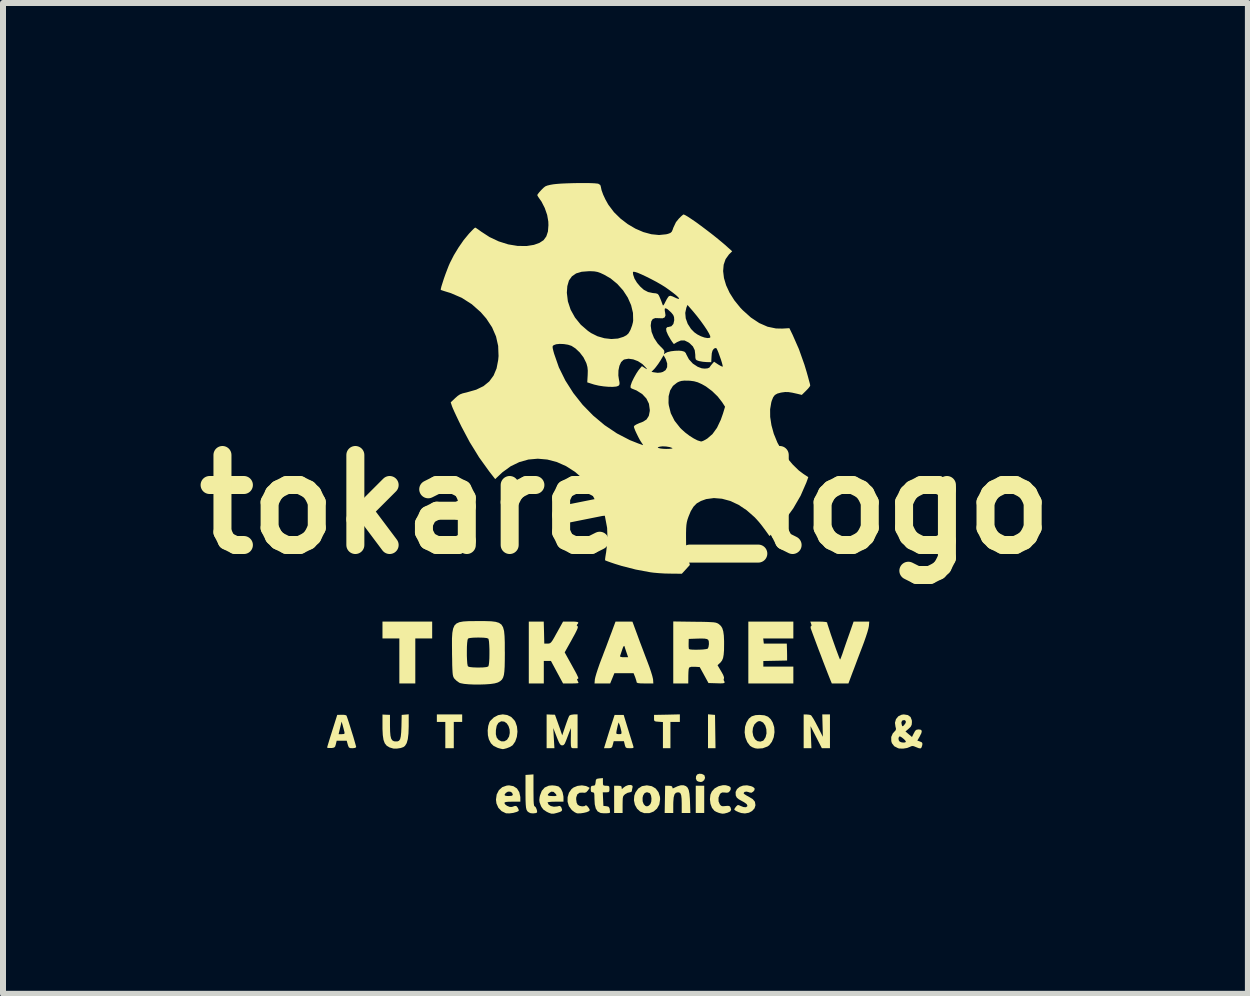
<source format=kicad_pcb>
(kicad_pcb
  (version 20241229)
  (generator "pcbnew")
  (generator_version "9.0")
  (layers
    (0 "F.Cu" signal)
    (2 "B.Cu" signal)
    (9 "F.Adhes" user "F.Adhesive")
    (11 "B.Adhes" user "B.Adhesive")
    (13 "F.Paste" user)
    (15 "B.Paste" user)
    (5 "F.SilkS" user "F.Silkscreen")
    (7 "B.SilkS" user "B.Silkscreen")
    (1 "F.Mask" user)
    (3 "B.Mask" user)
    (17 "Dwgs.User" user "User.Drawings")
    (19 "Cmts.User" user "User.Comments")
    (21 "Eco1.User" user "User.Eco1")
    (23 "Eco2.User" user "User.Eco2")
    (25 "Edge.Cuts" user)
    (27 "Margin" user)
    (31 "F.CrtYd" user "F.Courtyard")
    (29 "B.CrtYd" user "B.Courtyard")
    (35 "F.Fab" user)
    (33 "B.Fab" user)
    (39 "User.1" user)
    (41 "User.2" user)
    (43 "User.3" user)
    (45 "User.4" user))
  (footprint "tokarev_logo"
    (layer "F.Cu")
    (at 7.371 5.353)
    (property "Reference" "tokarev_logo" (at 0 0 0) (layer "F.SilkS") (effects (font (size 1.5 1.5) (thickness 0.3))))
    (attr board_only exclude_from_pos_files exclude_from_bom)
    (fp_poly (pts (xy 1.313 4.916) (xy 1.313 5.143) (xy 1.243 5.143) (xy 1.172 5.143) (xy 1.172 4.916) (xy 1.172 4.689) (xy 1.243 4.689) (xy 1.313 4.689)) (stroke (width 0) (type solid)) (fill yes) (layer "F.SilkS"))
    (fp_poly (pts (xy 1.434 3.504) (xy 1.493 3.509) (xy 1.497 3.787) (xy 1.501 4.064) (xy 1.438 4.064) (xy 1.376 4.064) (xy 1.376 3.782) (xy 1.376 3.499)) (stroke (width 0) (type solid)) (fill yes) (layer "F.SilkS"))
    (fp_poly (pts (xy 1.275 4.493) (xy 1.311 4.511) (xy 1.318 4.52) (xy 1.327 4.559) (xy 1.312 4.596) (xy 1.28 4.622) (xy 1.254 4.627) (xy 1.215 4.62) (xy 1.191 4.608) (xy 1.174 4.572) (xy 1.177 4.531) (xy 1.195 4.502) (xy 1.231 4.489)) (stroke (width 0) (type solid)) (fill yes) (layer "F.SilkS"))
    (fp_poly (pts (xy -3.22 2.095) (xy -3.22 2.235) (xy -3.361 2.235) (xy -3.501 2.235) (xy -3.501 2.61) (xy -3.501 2.985) (xy -3.634 2.985) (xy -3.767 2.985) (xy -3.767 2.61) (xy -3.767 2.235) (xy -3.908 2.235) (xy -4.048 2.235) (xy -4.048 2.095) (xy -4.048 1.954) (xy -3.634 1.954) (xy -3.22 1.954)) (stroke (width 0) (type solid)) (fill yes) (layer "F.SilkS"))
    (fp_poly (pts (xy -2.72 3.564) (xy -2.72 3.626) (xy -2.79 3.626) (xy -2.86 3.626) (xy -2.86 3.845) (xy -2.86 4.064) (xy -2.931 4.064) (xy -3.001 4.064) (xy -3.001 3.845) (xy -3.001 3.626) (xy -3.071 3.626) (xy -3.142 3.626) (xy -3.142 3.564) (xy -3.142 3.501) (xy -2.931 3.501) (xy -2.72 3.501)) (stroke (width 0) (type solid)) (fill yes) (layer "F.SilkS"))
    (fp_poly (pts (xy 0.907 3.563) (xy 0.907 3.626) (xy 0.828 3.626) (xy 0.75 3.626) (xy 0.75 3.845) (xy 0.75 4.064) (xy 0.688 4.064) (xy 0.625 4.064) (xy 0.625 3.846) (xy 0.625 3.628) (xy 0.551 3.623) (xy 0.506 3.619) (xy 0.484 3.61) (xy 0.477 3.59) (xy 0.477 3.564) (xy 0.477 3.509) (xy 0.692 3.505) (xy 0.907 3.5)) (stroke (width 0) (type solid)) (fill yes) (layer "F.SilkS"))
    (fp_poly (pts (xy 3.408 3.783) (xy 3.408 4.064) (xy 3.34 4.064) (xy 3.273 4.064) (xy 3.179 3.88) (xy 3.085 3.697) (xy 3.092 3.88) (xy 3.099 4.064) (xy 3.034 4.064) (xy 2.97 4.064) (xy 2.97 3.783) (xy 2.97 3.501) (xy 3.021 3.502) (xy 3.063 3.506) (xy 3.093 3.515) (xy 3.107 3.534) (xy 3.133 3.574) (xy 3.165 3.631) (xy 3.2 3.698) (xy 3.202 3.701) (xy 3.29 3.874) (xy 3.285 3.688) (xy 3.28 3.501) (xy 3.344 3.501) (xy 3.408 3.501)) (stroke (width 0) (type solid)) (fill yes) (layer "F.SilkS"))
    (fp_poly (pts (xy -1.532 4.766) (xy -1.531 4.867) (xy -1.53 4.939) (xy -1.527 4.988) (xy -1.522 5.018) (xy -1.516 5.031) (xy -1.51 5.033) (xy -1.496 5.046) (xy -1.481 5.077) (xy -1.472 5.11) (xy -1.472 5.134) (xy -1.473 5.136) (xy -1.498 5.146) (xy -1.538 5.15) (xy -1.576 5.147) (xy -1.587 5.144) (xy -1.613 5.131) (xy -1.633 5.115) (xy -1.647 5.091) (xy -1.656 5.055) (xy -1.661 5.002) (xy -1.664 4.928) (xy -1.665 4.828) (xy -1.665 4.792) (xy -1.665 4.509) (xy -1.598 4.505) (xy -1.532 4.5)) (stroke (width 0) (type solid)) (fill yes) (layer "F.SilkS"))
    (fp_poly (pts (xy 2.798 2.095) (xy 2.798 2.235) (xy 2.547 2.235) (xy 2.296 2.235) (xy 2.301 2.278) (xy 2.306 2.321) (xy 2.497 2.321) (xy 2.689 2.321) (xy 2.691 2.392) (xy 2.693 2.456) (xy 2.694 2.522) (xy 2.694 2.532) (xy 2.694 2.603) (xy 2.496 2.607) (xy 2.298 2.611) (xy 2.298 2.658) (xy 2.298 2.704) (xy 2.548 2.704) (xy 2.798 2.704) (xy 2.798 2.845) (xy 2.798 2.985) (xy 2.423 2.985) (xy 2.048 2.985) (xy 2.048 2.47) (xy 2.048 1.954) (xy 2.423 1.954) (xy 2.798 1.954)) (stroke (width 0) (type solid)) (fill yes) (layer "F.SilkS"))
    (fp_poly (pts (xy 0.112 4.684) (xy 0.121 4.704) (xy 0.119 4.714) (xy 0.111 4.751) (xy 0.109 4.769) (xy 0.099 4.793) (xy 0.072 4.799) (xy 0.034 4.808) (xy -0.006 4.831) (xy -0.025 4.849) (xy -0.038 4.868) (xy -0.044 4.897) (xy -0.046 4.944) (xy -0.047 5.003) (xy -0.047 5.143) (xy -0.117 5.143) (xy -0.188 5.143) (xy -0.188 4.916) (xy -0.188 4.689) (xy -0.125 4.689) (xy -0.084 4.692) (xy -0.066 4.702) (xy -0.063 4.72) (xy -0.061 4.742) (xy -0.052 4.74) (xy -0.032 4.721) (xy 0.005 4.695) (xy 0.046 4.679) (xy 0.084 4.676)) (stroke (width 0) (type solid)) (fill yes) (layer "F.SilkS"))
    (fp_poly (pts (xy 0.969 4.682) (xy 0.971 4.682) (xy 1.009 4.696) (xy 1.036 4.721) (xy 1.055 4.762) (xy 1.067 4.823) (xy 1.074 4.909) (xy 1.076 4.958) (xy 1.082 5.143) (xy 1.01 5.143) (xy 0.938 5.143) (xy 0.938 4.989) (xy 0.936 4.907) (xy 0.93 4.852) (xy 0.918 4.818) (xy 0.898 4.802) (xy 0.875 4.799) (xy 0.841 4.807) (xy 0.818 4.834) (xy 0.804 4.884) (xy 0.798 4.96) (xy 0.797 4.999) (xy 0.797 5.143) (xy 0.726 5.143) (xy 0.654 5.143) (xy 0.658 4.916) (xy 0.662 4.689) (xy 0.722 4.689) (xy 0.763 4.693) (xy 0.78 4.706) (xy 0.782 4.714) (xy 0.787 4.732) (xy 0.793 4.733) (xy 0.869 4.698) (xy 0.925 4.681)) (stroke (width 0) (type solid)) (fill yes) (layer "F.SilkS"))
    (fp_poly (pts (xy -3.611 3.7) (xy -3.615 3.82) (xy -3.626 3.913) (xy -3.645 3.98) (xy -3.673 4.025) (xy -3.699 4.045) (xy -3.745 4.061) (xy -3.804 4.07) (xy -3.856 4.071) (xy -3.869 4.069) (xy -3.93 4.051) (xy -3.977 4.023) (xy -4.01 3.982) (xy -4.031 3.925) (xy -4.043 3.845) (xy -4.048 3.741) (xy -4.048 3.701) (xy -4.048 3.503) (xy -3.986 3.506) (xy -3.923 3.508) (xy -3.923 3.688) (xy -3.921 3.786) (xy -3.915 3.856) (xy -3.903 3.904) (xy -3.884 3.933) (xy -3.857 3.948) (xy -3.836 3.951) (xy -3.8 3.951) (xy -3.773 3.94) (xy -3.754 3.913) (xy -3.743 3.867) (xy -3.736 3.797) (xy -3.732 3.704) (xy -3.728 3.509) (xy -3.669 3.504) (xy -3.611 3.499)) (stroke (width 0) (type solid)) (fill yes) (layer "F.SilkS"))
    (fp_poly (pts (xy -0.657 4.694) (xy -0.636 4.703) (xy -0.595 4.725) (xy -0.626 4.769) (xy -0.654 4.799) (xy -0.685 4.807) (xy -0.708 4.804) (xy -0.764 4.806) (xy -0.801 4.832) (xy -0.819 4.882) (xy -0.821 4.912) (xy -0.813 4.971) (xy -0.794 5.007) (xy -0.762 5.025) (xy -0.72 5.033) (xy -0.682 5.029) (xy -0.663 5.016) (xy -0.65 5.017) (xy -0.629 5.036) (xy -0.608 5.064) (xy -0.595 5.09) (xy -0.594 5.097) (xy -0.608 5.113) (xy -0.644 5.129) (xy -0.693 5.141) (xy -0.746 5.149) (xy -0.794 5.15) (xy -0.809 5.148) (xy -0.842 5.133) (xy -0.882 5.104) (xy -0.897 5.09) (xy -0.942 5.029) (xy -0.964 4.956) (xy -0.963 4.879) (xy -0.941 4.806) (xy -0.898 4.745) (xy -0.865 4.719) (xy -0.799 4.692) (xy -0.725 4.683)) (stroke (width 0) (type solid)) (fill yes) (layer "F.SilkS"))
    (fp_poly (pts (xy 0.44 4.697) (xy 0.505 4.736) (xy 0.551 4.797) (xy 0.576 4.875) (xy 0.578 4.916) (xy 0.565 5) (xy 0.527 5.069) (xy 0.47 5.119) (xy 0.398 5.146) (xy 0.314 5.146) (xy 0.313 5.146) (xy 0.246 5.12) (xy 0.194 5.072) (xy 0.158 5.007) (xy 0.142 4.933) (xy 0.145 4.89) (xy 0.286 4.89) (xy 0.287 4.949) (xy 0.305 4.997) (xy 0.335 5.027) (xy 0.36 5.033) (xy 0.39 5.021) (xy 0.416 4.994) (xy 0.431 4.953) (xy 0.434 4.902) (xy 0.427 4.853) (xy 0.41 4.818) (xy 0.404 4.812) (xy 0.359 4.797) (xy 0.321 4.811) (xy 0.295 4.851) (xy 0.286 4.89) (xy 0.145 4.89) (xy 0.148 4.855) (xy 0.168 4.8) (xy 0.215 4.735) (xy 0.276 4.696) (xy 0.354 4.683) (xy 0.36 4.683)) (stroke (width 0) (type solid)) (fill yes) (layer "F.SilkS"))
    (fp_poly (pts (xy 1.673 4.681) (xy 1.729 4.697) (xy 1.755 4.721) (xy 1.753 4.754) (xy 1.743 4.773) (xy 1.721 4.798) (xy 1.693 4.806) (xy 1.658 4.803) (xy 1.615 4.801) (xy 1.589 4.813) (xy 1.573 4.832) (xy 1.551 4.888) (xy 1.552 4.951) (xy 1.573 5) (xy 1.594 5.023) (xy 1.62 5.031) (xy 1.664 5.028) (xy 1.666 5.027) (xy 1.711 5.024) (xy 1.736 5.03) (xy 1.751 5.05) (xy 1.762 5.089) (xy 1.746 5.118) (xy 1.701 5.139) (xy 1.693 5.141) (xy 1.647 5.153) (xy 1.615 5.155) (xy 1.581 5.148) (xy 1.555 5.141) (xy 1.513 5.124) (xy 1.483 5.107) (xy 1.442 5.057) (xy 1.417 4.99) (xy 1.408 4.914) (xy 1.416 4.839) (xy 1.439 4.786) (xy 1.486 4.734) (xy 1.552 4.697) (xy 1.625 4.68)) (stroke (width 0) (type solid)) (fill yes) (layer "F.SilkS"))
    (fp_poly (pts (xy 2.317 3.516) (xy 2.376 3.539) (xy 2.422 3.582) (xy 2.454 3.635) (xy 2.479 3.713) (xy 2.484 3.798) (xy 2.471 3.882) (xy 2.441 3.956) (xy 2.397 4.014) (xy 2.368 4.035) (xy 2.288 4.065) (xy 2.201 4.071) (xy 2.16 4.065) (xy 2.113 4.047) (xy 2.076 4.023) (xy 2.03 3.962) (xy 1.999 3.884) (xy 1.986 3.796) (xy 1.987 3.792) (xy 2.118 3.792) (xy 2.13 3.859) (xy 2.16 3.916) (xy 2.2 3.946) (xy 2.249 3.954) (xy 2.294 3.939) (xy 2.304 3.93) (xy 2.336 3.88) (xy 2.351 3.816) (xy 2.348 3.748) (xy 2.33 3.686) (xy 2.296 3.639) (xy 2.278 3.627) (xy 2.244 3.612) (xy 2.216 3.615) (xy 2.192 3.627) (xy 2.15 3.667) (xy 2.125 3.725) (xy 2.118 3.792) (xy 1.987 3.792) (xy 1.993 3.708) (xy 2.017 3.635) (xy 2.056 3.572) (xy 2.104 3.533) (xy 2.167 3.513) (xy 2.235 3.509)) (stroke (width 0) (type solid)) (fill yes) (layer "F.SilkS"))
    (fp_poly (pts (xy -1.243 3.504) (xy -1.174 3.506) (xy -1.134 3.617) (xy -1.111 3.682) (xy -1.089 3.743) (xy -1.074 3.789) (xy -1.053 3.85) (xy -1.001 3.695) (xy -0.978 3.629) (xy -0.957 3.572) (xy -0.941 3.534) (xy -0.934 3.521) (xy -0.909 3.508) (xy -0.868 3.502) (xy -0.858 3.501) (xy -0.797 3.501) (xy -0.797 3.783) (xy -0.797 4.064) (xy -0.852 4.064) (xy -0.876 4.064) (xy -0.893 4.06) (xy -0.903 4.047) (xy -0.908 4.021) (xy -0.91 3.976) (xy -0.91 3.908) (xy -0.909 3.861) (xy -0.908 3.728) (xy -0.936 3.798) (xy -0.959 3.859) (xy -0.984 3.925) (xy -0.991 3.943) (xy -1.011 3.989) (xy -1.031 4.012) (xy -1.054 4.017) (xy -1.072 4.013) (xy -1.089 3.998) (xy -1.107 3.967) (xy -1.13 3.914) (xy -1.146 3.873) (xy -1.202 3.728) (xy -1.193 3.896) (xy -1.183 4.064) (xy -1.248 4.064) (xy -1.313 4.064) (xy -1.313 3.783) (xy -1.313 3.501)) (stroke (width 0) (type solid)) (fill yes) (layer "F.SilkS"))
    (fp_poly (pts (xy 2.096 4.697) (xy 2.122 4.708) (xy 2.152 4.732) (xy 2.151 4.761) (xy 2.128 4.789) (xy 2.1 4.806) (xy 2.069 4.802) (xy 2.058 4.797) (xy 2.018 4.787) (xy 1.985 4.792) (xy 1.97 4.811) (xy 1.969 4.814) (xy 1.982 4.829) (xy 2.016 4.851) (xy 2.055 4.872) (xy 2.121 4.912) (xy 2.156 4.954) (xy 2.158 4.957) (xy 2.167 5.014) (xy 2.151 5.066) (xy 2.112 5.109) (xy 2.058 5.139) (xy 1.992 5.151) (xy 1.93 5.144) (xy 1.882 5.128) (xy 1.841 5.109) (xy 1.817 5.091) (xy 1.814 5.083) (xy 1.823 5.064) (xy 1.843 5.037) (xy 1.866 5.014) (xy 1.888 5.012) (xy 1.917 5.025) (xy 1.968 5.045) (xy 2.008 5.047) (xy 2.03 5.032) (xy 2.032 5.019) (xy 2.019 4.994) (xy 1.977 4.964) (xy 1.942 4.945) (xy 1.889 4.915) (xy 1.857 4.889) (xy 1.841 4.858) (xy 1.838 4.85) (xy 1.836 4.793) (xy 1.859 4.745) (xy 1.902 4.709) (xy 1.959 4.687) (xy 2.026 4.682)) (stroke (width 0) (type solid)) (fill yes) (layer "F.SilkS"))
    (fp_poly (pts (xy -1.969 3.511) (xy -1.901 3.545) (xy -1.847 3.603) (xy -1.834 3.625) (xy -1.807 3.703) (xy -1.799 3.789) (xy -1.809 3.875) (xy -1.836 3.953) (xy -1.878 4.013) (xy -1.885 4.019) (xy -1.926 4.044) (xy -1.979 4.065) (xy -2.03 4.078) (xy -2.046 4.079) (xy -2.076 4.073) (xy -2.12 4.061) (xy -2.131 4.057) (xy -2.196 4.026) (xy -2.241 3.982) (xy -2.275 3.917) (xy -2.276 3.913) (xy -2.292 3.846) (xy -2.292 3.831) (xy -2.159 3.831) (xy -2.145 3.886) (xy -2.112 3.927) (xy -2.068 3.949) (xy -2.02 3.95) (xy -1.976 3.926) (xy -1.971 3.921) (xy -1.939 3.87) (xy -1.927 3.811) (xy -1.93 3.751) (xy -1.948 3.694) (xy -1.978 3.649) (xy -2.018 3.621) (xy -2.066 3.616) (xy -2.072 3.617) (xy -2.117 3.642) (xy -2.145 3.69) (xy -2.158 3.763) (xy -2.159 3.831) (xy -2.292 3.831) (xy -2.295 3.768) (xy -2.286 3.693) (xy -2.266 3.631) (xy -2.255 3.612) (xy -2.193 3.551) (xy -2.121 3.513) (xy -2.044 3.5)) (stroke (width 0) (type solid)) (fill yes) (layer "F.SilkS"))
    (fp_poly (pts (xy 0.045 3.751) (xy 0.071 3.836) (xy 0.095 3.912) (xy 0.114 3.974) (xy 0.127 4.016) (xy 0.131 4.029) (xy 0.136 4.05) (xy 0.126 4.061) (xy 0.095 4.064) (xy 0.073 4.064) (xy 0.029 4.062) (xy 0.007 4.053) (xy -0.005 4.028) (xy -0.011 4.005) (xy -0.025 3.947) (xy -0.11 3.947) (xy -0.195 3.947) (xy -0.21 4.005) (xy -0.221 4.042) (xy -0.238 4.059) (xy -0.27 4.064) (xy -0.291 4.064) (xy -0.357 4.064) (xy -0.318 3.938) (xy -0.295 3.864) (xy -0.278 3.809) (xy -0.152 3.809) (xy -0.146 3.826) (xy -0.122 3.829) (xy -0.108 3.83) (xy -0.076 3.828) (xy -0.065 3.816) (xy -0.067 3.785) (xy -0.07 3.773) (xy -0.082 3.722) (xy -0.096 3.676) (xy -0.097 3.675) (xy -0.113 3.634) (xy -0.125 3.673) (xy -0.135 3.716) (xy -0.146 3.767) (xy -0.147 3.771) (xy -0.152 3.809) (xy -0.278 3.809) (xy -0.267 3.775) (xy -0.239 3.688) (xy -0.23 3.661) (xy -0.18 3.509) (xy -0.104 3.509) (xy -0.029 3.509)) (stroke (width 0) (type solid)) (fill yes) (layer "F.SilkS"))
    (fp_poly (pts (xy -1.865 4.697) (xy -1.807 4.735) (xy -1.769 4.796) (xy -1.751 4.877) (xy -1.751 4.9) (xy -1.751 4.955) (xy -1.884 4.955) (xy -1.95 4.956) (xy -1.991 4.96) (xy -2.011 4.967) (xy -2.016 4.978) (xy -2.004 5) (xy -1.973 5.024) (xy -1.968 5.026) (xy -1.927 5.042) (xy -1.889 5.042) (xy -1.842 5.026) (xy -1.818 5.027) (xy -1.795 5.054) (xy -1.791 5.061) (xy -1.777 5.094) (xy -1.78 5.11) (xy -1.806 5.123) (xy -1.81 5.125) (xy -1.869 5.142) (xy -1.932 5.15) (xy -1.985 5.149) (xy -1.993 5.147) (xy -2.063 5.113) (xy -2.117 5.057) (xy -2.149 4.984) (xy -2.157 4.921) (xy -2.145 4.836) (xy -2.013 4.836) (xy -2.008 4.853) (xy -1.975 4.86) (xy -1.946 4.861) (xy -1.896 4.857) (xy -1.876 4.844) (xy -1.876 4.841) (xy -1.888 4.806) (xy -1.919 4.788) (xy -1.958 4.788) (xy -1.992 4.808) (xy -2.013 4.836) (xy -2.145 4.836) (xy -2.144 4.833) (xy -2.108 4.763) (xy -2.052 4.713) (xy -1.979 4.687) (xy -1.939 4.683)) (stroke (width 0) (type solid)) (fill yes) (layer "F.SilkS"))
    (fp_poly (pts (xy -0.375 4.626) (xy -0.374 4.666) (xy -0.364 4.684) (xy -0.338 4.689) (xy -0.32 4.689) (xy -0.284 4.692) (xy -0.269 4.705) (xy -0.266 4.74) (xy -0.266 4.744) (xy -0.268 4.78) (xy -0.282 4.796) (xy -0.316 4.799) (xy -0.321 4.799) (xy -0.377 4.799) (xy -0.372 4.912) (xy -0.367 5.025) (xy -0.318 5.03) (xy -0.283 5.038) (xy -0.266 5.061) (xy -0.261 5.085) (xy -0.257 5.12) (xy -0.256 5.137) (xy -0.256 5.137) (xy -0.277 5.145) (xy -0.317 5.148) (xy -0.364 5.148) (xy -0.406 5.144) (xy -0.419 5.141) (xy -0.464 5.116) (xy -0.494 5.069) (xy -0.511 4.998) (xy -0.516 4.909) (xy -0.517 4.851) (xy -0.52 4.818) (xy -0.529 4.803) (xy -0.544 4.799) (xy -0.547 4.799) (xy -0.569 4.793) (xy -0.577 4.769) (xy -0.578 4.744) (xy -0.575 4.707) (xy -0.562 4.692) (xy -0.54 4.689) (xy -0.514 4.685) (xy -0.502 4.665) (xy -0.497 4.631) (xy -0.492 4.592) (xy -0.476 4.574) (xy -0.442 4.568) (xy -0.434 4.567) (xy -0.375 4.562)) (stroke (width 0) (type solid)) (fill yes) (layer "F.SilkS"))
    (fp_poly (pts (xy -4.685 3.508) (xy -4.655 3.515) (xy -4.649 3.519) (xy -4.64 3.54) (xy -4.625 3.584) (xy -4.605 3.646) (xy -4.582 3.719) (xy -4.558 3.797) (xy -4.534 3.873) (xy -4.514 3.943) (xy -4.498 3.999) (xy -4.488 4.035) (xy -4.486 4.044) (xy -4.501 4.058) (xy -4.542 4.064) (xy -4.548 4.064) (xy -4.588 4.062) (xy -4.609 4.049) (xy -4.622 4.018) (xy -4.627 4.001) (xy -4.644 3.939) (xy -4.727 3.939) (xy -4.811 3.939) (xy -4.825 3.998) (xy -4.836 4.035) (xy -4.854 4.053) (xy -4.888 4.06) (xy -4.905 4.061) (xy -4.945 4.061) (xy -4.968 4.056) (xy -4.97 4.053) (xy -4.966 4.035) (xy -4.953 3.992) (xy -4.934 3.929) (xy -4.91 3.851) (xy -4.903 3.83) (xy -4.779 3.83) (xy -4.726 3.83) (xy -4.691 3.827) (xy -4.679 3.816) (xy -4.683 3.787) (xy -4.684 3.787) (xy -4.695 3.742) (xy -4.709 3.69) (xy -4.711 3.682) (xy -4.729 3.621) (xy -4.754 3.725) (xy -4.779 3.83) (xy -4.903 3.83) (xy -4.886 3.775) (xy -4.802 3.509) (xy -4.73 3.507)) (stroke (width 0) (type solid)) (fill yes) (layer "F.SilkS"))
    (fp_poly (pts (xy -1.168 4.688) (xy -1.123 4.699) (xy -1.112 4.703) (xy -1.075 4.739) (xy -1.047 4.797) (xy -1.033 4.867) (xy -1.032 4.892) (xy -1.032 4.955) (xy -1.164 4.955) (xy -1.224 4.956) (xy -1.27 4.96) (xy -1.295 4.965) (xy -1.297 4.967) (xy -1.281 5.002) (xy -1.244 5.027) (xy -1.192 5.039) (xy -1.135 5.034) (xy -1.116 5.029) (xy -1.09 5.026) (xy -1.07 5.047) (xy -1.065 5.059) (xy -1.055 5.089) (xy -1.062 5.11) (xy -1.09 5.126) (xy -1.141 5.142) (xy -1.194 5.155) (xy -1.234 5.155) (xy -1.277 5.14) (xy -1.314 5.122) (xy -1.366 5.087) (xy -1.4 5.042) (xy -1.413 5.013) (xy -1.43 4.966) (xy -1.435 4.928) (xy -1.43 4.882) (xy -1.424 4.854) (xy -1.417 4.835) (xy -1.292 4.835) (xy -1.291 4.851) (xy -1.263 4.859) (xy -1.217 4.861) (xy -1.171 4.861) (xy -1.15 4.856) (xy -1.149 4.845) (xy -1.161 4.826) (xy -1.196 4.792) (xy -1.235 4.788) (xy -1.267 4.808) (xy -1.292 4.835) (xy -1.417 4.835) (xy -1.394 4.774) (xy -1.345 4.719) (xy -1.278 4.689) (xy -1.221 4.683)) (stroke (width 0) (type solid)) (fill yes) (layer "F.SilkS"))
    (fp_poly (pts (xy -1.356 2.138) (xy -1.352 2.321) (xy -1.297 2.321) (xy -1.275 2.32) (xy -1.256 2.314) (xy -1.238 2.299) (xy -1.217 2.271) (xy -1.189 2.224) (xy -1.151 2.155) (xy -1.141 2.138) (xy -1.039 1.954) (xy -0.91 1.954) (xy -0.842 1.955) (xy -0.801 1.96) (xy -0.785 1.969) (xy -0.789 1.985) (xy -0.801 1.998) (xy -0.812 2.018) (xy -0.798 2.031) (xy -0.792 2.042) (xy -0.796 2.063) (xy -0.811 2.099) (xy -0.838 2.154) (xy -0.88 2.23) (xy -0.894 2.256) (xy -1.012 2.467) (xy -0.897 2.675) (xy -0.85 2.76) (xy -0.817 2.821) (xy -0.797 2.863) (xy -0.786 2.888) (xy -0.785 2.902) (xy -0.791 2.907) (xy -0.798 2.907) (xy -0.806 2.917) (xy -0.798 2.938) (xy -0.785 2.965) (xy -0.782 2.977) (xy -0.796 2.981) (xy -0.834 2.984) (xy -0.889 2.985) (xy -0.91 2.985) (xy -1.039 2.985) (xy -1.14 2.798) (xy -1.241 2.61) (xy -1.301 2.61) (xy -1.36 2.61) (xy -1.36 2.798) (xy -1.36 2.985) (xy -1.485 2.985) (xy -1.61 2.985) (xy -1.61 2.47) (xy -1.61 1.954) (xy -1.485 1.954) (xy -1.361 1.954)) (stroke (width 0) (type solid)) (fill yes) (layer "F.SilkS"))
    (fp_poly (pts (xy -0.024 1.954) (xy 0.117 1.955) (xy 0.202 2.185) (xy 0.24 2.289) (xy 0.285 2.407) (xy 0.329 2.524) (xy 0.368 2.626) (xy 0.371 2.634) (xy 0.402 2.717) (xy 0.428 2.795) (xy 0.448 2.861) (xy 0.459 2.908) (xy 0.461 2.919) (xy 0.465 2.985) (xy 0.326 2.985) (xy 0.253 2.984) (xy 0.208 2.979) (xy 0.189 2.97) (xy 0.188 2.966) (xy 0.182 2.941) (xy 0.169 2.9) (xy 0.162 2.88) (xy 0.136 2.814) (xy -0.024 2.814) (xy -0.184 2.814) (xy -0.219 2.9) (xy -0.254 2.985) (xy -0.385 2.985) (xy -0.515 2.985) (xy -0.509 2.916) (xy -0.501 2.879) (xy -0.484 2.819) (xy -0.459 2.742) (xy -0.429 2.656) (xy -0.402 2.584) (xy -0.38 2.528) (xy -0.09 2.528) (xy -0.084 2.541) (xy -0.052 2.547) (xy -0.026 2.548) (xy 0.045 2.548) (xy 0.017 2.466) (xy 0.00013 2.416) (xy -0.013 2.375) (xy -0.018 2.36) (xy -0.027 2.361) (xy -0.041 2.386) (xy -0.054 2.423) (xy -0.071 2.473) (xy -0.084 2.513) (xy -0.09 2.528) (xy -0.38 2.528) (xy -0.363 2.482) (xy -0.321 2.373) (xy -0.282 2.268) (xy -0.248 2.177) (xy -0.233 2.138) (xy -0.165 1.954)) (stroke (width 0) (type solid)) (fill yes) (layer "F.SilkS"))
    (fp_poly (pts (xy 3.288 1.956) (xy 3.336 1.96) (xy 3.359 1.967) (xy 3.361 1.97) (xy 3.365 1.991) (xy 3.379 2.034) (xy 3.399 2.095) (xy 3.423 2.169) (xy 3.451 2.249) (xy 3.48 2.331) (xy 3.508 2.41) (xy 3.534 2.48) (xy 3.555 2.536) (xy 3.57 2.574) (xy 3.577 2.587) (xy 3.577 2.587) (xy 3.586 2.569) (xy 3.601 2.53) (xy 3.62 2.478) (xy 3.621 2.474) (xy 3.64 2.418) (xy 3.666 2.342) (xy 3.696 2.256) (xy 3.727 2.169) (xy 3.73 2.161) (xy 3.802 1.954) (xy 3.932 1.954) (xy 4.063 1.954) (xy 4.057 2.028) (xy 4.049 2.068) (xy 4.032 2.13) (xy 4.007 2.207) (xy 3.977 2.293) (xy 3.955 2.352) (xy 3.916 2.454) (xy 3.874 2.564) (xy 3.834 2.671) (xy 3.799 2.764) (xy 3.787 2.794) (xy 3.716 2.985) (xy 3.577 2.985) (xy 3.439 2.985) (xy 3.418 2.935) (xy 3.397 2.882) (xy 3.368 2.809) (xy 3.334 2.721) (xy 3.296 2.623) (xy 3.257 2.519) (xy 3.217 2.416) (xy 3.18 2.317) (xy 3.147 2.228) (xy 3.119 2.153) (xy 3.099 2.098) (xy 3.088 2.067) (xy 3.085 2.039) (xy 3.093 2.032) (xy 3.102 2.02) (xy 3.095 1.993) (xy 3.08 1.954) (xy 3.22 1.954)) (stroke (width 0) (type solid)) (fill yes) (layer "F.SilkS"))
    (fp_poly (pts (xy 1.153 1.957) (xy 1.268 1.958) (xy 1.355 1.96) (xy 1.421 1.963) (xy 1.468 1.966) (xy 1.501 1.971) (xy 1.524 1.978) (xy 1.543 1.987) (xy 1.558 1.997) (xy 1.591 2.027) (xy 1.614 2.064) (xy 1.63 2.116) (xy 1.64 2.186) (xy 1.644 2.279) (xy 1.644 2.333) (xy 1.643 2.432) (xy 1.637 2.506) (xy 1.627 2.561) (xy 1.61 2.602) (xy 1.585 2.635) (xy 1.573 2.646) (xy 1.535 2.681) (xy 1.595 2.782) (xy 1.628 2.841) (xy 1.643 2.882) (xy 1.642 2.899) (xy 1.636 2.927) (xy 1.642 2.939) (xy 1.653 2.961) (xy 1.65 2.975) (xy 1.628 2.982) (xy 1.583 2.984) (xy 1.521 2.982) (xy 1.384 2.978) (xy 1.311 2.845) (xy 1.238 2.712) (xy 1.156 2.707) (xy 1.095 2.708) (xy 1.064 2.719) (xy 1.061 2.723) (xy 1.054 2.747) (xy 1.05 2.794) (xy 1.048 2.853) (xy 1.048 2.864) (xy 1.047 2.985) (xy 0.922 2.985) (xy 0.797 2.985) (xy 0.797 2.469) (xy 0.797 2.321) (xy 1.053 2.321) (xy 1.053 2.369) (xy 1.056 2.402) (xy 1.058 2.411) (xy 1.077 2.418) (xy 1.118 2.422) (xy 1.174 2.423) (xy 1.236 2.422) (xy 1.294 2.419) (xy 1.342 2.413) (xy 1.37 2.406) (xy 1.372 2.404) (xy 1.384 2.378) (xy 1.391 2.334) (xy 1.391 2.318) (xy 1.389 2.283) (xy 1.38 2.259) (xy 1.359 2.245) (xy 1.32 2.238) (xy 1.26 2.236) (xy 1.188 2.238) (xy 1.055 2.243) (xy 1.053 2.321) (xy 0.797 2.321) (xy 0.797 1.952)) (stroke (width 0) (type solid)) (fill yes) (layer "F.SilkS"))
    (fp_poly (pts (xy 4.707 3.512) (xy 4.751 3.544) (xy 4.772 3.598) (xy 4.774 3.627) (xy 4.77 3.673) (xy 4.753 3.707) (xy 4.72 3.739) (xy 4.666 3.785) (xy 4.72 3.831) (xy 4.775 3.877) (xy 4.806 3.814) (xy 4.828 3.774) (xy 4.851 3.756) (xy 4.885 3.751) (xy 4.888 3.751) (xy 4.924 3.757) (xy 4.938 3.776) (xy 4.932 3.811) (xy 4.904 3.867) (xy 4.902 3.872) (xy 4.864 3.937) (xy 4.91 3.953) (xy 4.941 3.968) (xy 4.949 3.99) (xy 4.946 4.013) (xy 4.934 4.052) (xy 4.916 4.068) (xy 4.886 4.063) (xy 4.848 4.048) (xy 4.804 4.03) (xy 4.776 4.027) (xy 4.751 4.036) (xy 4.747 4.039) (xy 4.694 4.06) (xy 4.627 4.071) (xy 4.563 4.069) (xy 4.543 4.064) (xy 4.479 4.031) (xy 4.44 3.98) (xy 4.43 3.946) (xy 4.429 3.893) (xy 4.55 3.893) (xy 4.553 3.928) (xy 4.567 3.951) (xy 4.592 3.964) (xy 4.626 3.97) (xy 4.658 3.968) (xy 4.673 3.959) (xy 4.674 3.958) (xy 4.663 3.936) (xy 4.636 3.909) (xy 4.605 3.884) (xy 4.577 3.868) (xy 4.565 3.868) (xy 4.55 3.893) (xy 4.429 3.893) (xy 4.429 3.876) (xy 4.455 3.817) (xy 4.48 3.79) (xy 4.505 3.762) (xy 4.508 3.735) (xy 4.5 3.706) (xy 4.491 3.64) (xy 4.492 3.637) (xy 4.598 3.637) (xy 4.603 3.668) (xy 4.612 3.696) (xy 4.625 3.696) (xy 4.643 3.68) (xy 4.666 3.649) (xy 4.674 3.624) (xy 4.661 3.6) (xy 4.643 3.595) (xy 4.609 3.605) (xy 4.598 3.637) (xy 4.492 3.637) (xy 4.508 3.58) (xy 4.546 3.533) (xy 4.602 3.506) (xy 4.64 3.501)) (stroke (width 0) (type solid)) (fill yes) (layer "F.SilkS"))
    (fp_poly (pts (xy -2.453 1.946) (xy -2.334 1.946) (xy -2.238 1.949) (xy -2.163 1.958) (xy -2.107 1.975) (xy -2.066 2.004) (xy -2.039 2.048) (xy -2.022 2.111) (xy -2.014 2.194) (xy -2.01 2.302) (xy -2.01 2.438) (xy -2.009 2.47) (xy -2.01 2.601) (xy -2.012 2.704) (xy -2.017 2.784) (xy -2.025 2.844) (xy -2.039 2.889) (xy -2.058 2.921) (xy -2.083 2.944) (xy -2.116 2.964) (xy -2.132 2.971) (xy -2.179 2.984) (xy -2.248 2.994) (xy -2.333 3) (xy -2.426 3.003) (xy -2.521 3.003) (xy -2.611 2.999) (xy -2.688 2.992) (xy -2.745 2.981) (xy -2.766 2.974) (xy -2.811 2.943) (xy -2.85 2.905) (xy -2.852 2.902) (xy -2.862 2.886) (xy -2.87 2.867) (xy -2.876 2.841) (xy -2.88 2.804) (xy -2.883 2.751) (xy -2.886 2.679) (xy -2.887 2.582) (xy -2.889 2.496) (xy -2.889 2.447) (xy -2.642 2.447) (xy -2.642 2.523) (xy -2.639 2.593) (xy -2.635 2.652) (xy -2.628 2.69) (xy -2.623 2.701) (xy -2.596 2.711) (xy -2.541 2.717) (xy -2.461 2.72) (xy -2.454 2.72) (xy -2.372 2.718) (xy -2.315 2.712) (xy -2.286 2.702) (xy -2.285 2.701) (xy -2.277 2.678) (xy -2.271 2.63) (xy -2.267 2.566) (xy -2.266 2.492) (xy -2.266 2.417) (xy -2.269 2.346) (xy -2.273 2.288) (xy -2.28 2.249) (xy -2.285 2.238) (xy -2.312 2.228) (xy -2.367 2.222) (xy -2.447 2.22) (xy -2.454 2.22) (xy -2.536 2.222) (xy -2.593 2.228) (xy -2.622 2.237) (xy -2.623 2.238) (xy -2.631 2.262) (xy -2.637 2.309) (xy -2.641 2.373) (xy -2.642 2.447) (xy -2.889 2.447) (xy -2.89 2.351) (xy -2.89 2.234) (xy -2.884 2.141) (xy -2.871 2.071) (xy -2.849 2.02) (xy -2.815 1.986) (xy -2.766 1.964) (xy -2.7 1.952) (xy -2.615 1.947) (xy -2.508 1.946)) (stroke (width 0) (type solid)) (fill yes) (layer "F.SilkS"))
    (fp_poly (pts (xy -0.589 -5.352) (xy -0.517 -5.349) (xy -0.467 -5.344) (xy -0.453 -5.342) (xy -0.419 -5.321) (xy -0.41 -5.293) (xy -0.398 -5.235) (xy -0.371 -5.16) (xy -0.333 -5.079) (xy -0.289 -5) (xy -0.28 -4.986) (xy -0.19 -4.867) (xy -0.082 -4.761) (xy 0.038 -4.669) (xy 0.167 -4.593) (xy 0.299 -4.536) (xy 0.432 -4.5) (xy 0.56 -4.487) (xy 0.678 -4.499) (xy 0.711 -4.507) (xy 0.748 -4.521) (xy 0.771 -4.541) (xy 0.787 -4.575) (xy 0.798 -4.608) (xy 0.842 -4.701) (xy 0.89 -4.76) (xy 0.927 -4.797) (xy 0.956 -4.822) (xy 0.968 -4.83) (xy 0.993 -4.82) (xy 1.038 -4.794) (xy 1.1 -4.753) (xy 1.175 -4.702) (xy 1.258 -4.641) (xy 1.346 -4.575) (xy 1.436 -4.506) (xy 1.523 -4.437) (xy 1.604 -4.37) (xy 1.675 -4.31) (xy 1.675 -4.309) (xy 1.779 -4.216) (xy 1.726 -4.164) (xy 1.669 -4.085) (xy 1.637 -3.992) (xy 1.628 -3.886) (xy 1.642 -3.77) (xy 1.678 -3.649) (xy 1.736 -3.524) (xy 1.815 -3.399) (xy 1.913 -3.278) (xy 1.954 -3.235) (xy 2.091 -3.112) (xy 2.23 -3.02) (xy 2.369 -2.959) (xy 2.509 -2.93) (xy 2.613 -2.928) (xy 2.732 -2.935) (xy 2.786 -2.824) (xy 2.891 -2.585) (xy 2.983 -2.326) (xy 3.019 -2.207) (xy 3.041 -2.129) (xy 3.059 -2.062) (xy 3.073 -2.011) (xy 3.079 -1.983) (xy 3.079 -1.979) (xy 3.069 -1.959) (xy 3.042 -1.926) (xy 3.009 -1.892) (xy 2.939 -1.823) (xy 2.865 -1.841) (xy 2.78 -1.86) (xy 2.716 -1.87) (xy 2.662 -1.871) (xy 2.608 -1.864) (xy 2.59 -1.861) (xy 2.531 -1.845) (xy 2.49 -1.821) (xy 2.462 -1.784) (xy 2.438 -1.725) (xy 2.43 -1.696) (xy 2.411 -1.584) (xy 2.412 -1.456) (xy 2.433 -1.318) (xy 2.472 -1.176) (xy 2.528 -1.039) (xy 2.533 -1.027) (xy 2.606 -0.898) (xy 2.694 -0.773) (xy 2.79 -0.66) (xy 2.889 -0.564) (xy 2.962 -0.509) (xy 3.047 -0.452) (xy 3.015 -0.363) (xy 2.919 -0.143) (xy 2.796 0.069) (xy 2.652 0.267) (xy 2.534 0.398) (xy 2.483 0.45) (xy 2.441 0.491) (xy 2.412 0.519) (xy 2.4 0.528) (xy 2.4 0.528) (xy 2.332 0.433) (xy 2.276 0.358) (xy 2.227 0.297) (xy 2.18 0.244) (xy 2.149 0.212) (xy 2.019 0.098) (xy 1.884 0.008) (xy 1.746 -0.056) (xy 1.609 -0.093) (xy 1.474 -0.104) (xy 1.346 -0.087) (xy 1.257 -0.055) (xy 1.189 -0.016) (xy 1.135 0.039) (xy 1.089 0.114) (xy 1.051 0.206) (xy 1.034 0.255) (xy 1.023 0.299) (xy 1.016 0.345) (xy 1.012 0.402) (xy 1.01 0.477) (xy 1.01 0.547) (xy 1.011 0.65) (xy 1.014 0.731) (xy 1.021 0.796) (xy 1.033 0.856) (xy 1.042 0.892) (xy 1.074 1.01) (xy 1.007 1.084) (xy 0.94 1.157) (xy 0.747 1.155) (xy 0.655 1.153) (xy 0.557 1.147) (xy 0.467 1.139) (xy 0.414 1.132) (xy 0.172 1.087) (xy -0.062 1.027) (xy -0.176 0.992) (xy -0.241 0.97) (xy -0.294 0.951) (xy -0.328 0.938) (xy -0.338 0.933) (xy -0.339 0.915) (xy -0.334 0.875) (xy -0.325 0.819) (xy -0.321 0.797) (xy -0.298 0.593) (xy -0.305 0.392) (xy -0.342 0.196) (xy -0.408 0.008) (xy -0.501 -0.17) (xy -0.622 -0.334) (xy -0.697 -0.416) (xy -0.839 -0.54) (xy -0.989 -0.636) (xy -1.144 -0.705) (xy -1.302 -0.746) (xy -1.46 -0.76) (xy -1.617 -0.746) (xy -1.769 -0.703) (xy -1.913 -0.633) (xy -2.049 -0.534) (xy -2.081 -0.504) (xy -2.17 -0.42) (xy -2.271 -0.55) (xy -2.438 -0.782) (xy -2.538 -0.945) (xy 0.539 -0.945) (xy 0.555 -0.937) (xy 0.585 -0.93) (xy 0.629 -0.925) (xy 0.678 -0.923) (xy 0.725 -0.924) (xy 0.763 -0.927) (xy 0.783 -0.932) (xy 0.782 -0.938) (xy 0.74 -0.953) (xy 0.681 -0.963) (xy 0.619 -0.966) (xy 0.576 -0.961) (xy 0.543 -0.952) (xy 0.539 -0.945) (xy -2.538 -0.945) (xy -2.594 -1.035) (xy -2.733 -1.297) (xy -2.777 -1.387) (xy -2.817 -1.471) (xy -2.851 -1.544) (xy -2.876 -1.6) (xy -2.89 -1.635) (xy -2.89 -1.635) (xy -2.911 -1.699) (xy -2.836 -1.77) (xy -2.794 -1.807) (xy -2.756 -1.832) (xy -2.711 -1.849) (xy -2.648 -1.864) (xy -2.633 -1.868) (xy -2.486 -1.91) (xy -2.365 -1.969) (xy -2.269 -2.047) (xy -2.197 -2.145) (xy -2.147 -2.264) (xy -2.12 -2.404) (xy -2.114 -2.47) (xy -2.12 -2.625) (xy -1.214 -2.625) (xy -1.211 -2.599) (xy -1.201 -2.556) (xy -1.188 -2.509) (xy -1.109 -2.282) (xy -1.001 -2.063) (xy -0.868 -1.854) (xy -0.713 -1.658) (xy -0.538 -1.479) (xy -0.347 -1.319) (xy -0.141 -1.181) (xy 0.075 -1.069) (xy 0.211 -1.015) (xy 0.256 -0.999) (xy 0.286 -0.988) (xy 0.294 -0.986) (xy 0.29 -0.996) (xy 0.272 -1.023) (xy 0.267 -1.03) (xy 0.243 -1.068) (xy 0.215 -1.12) (xy 0.187 -1.177) (xy 0.162 -1.231) (xy 0.146 -1.274) (xy 0.141 -1.294) (xy 0.15 -1.31) (xy 0.179 -1.329) (xy 0.232 -1.353) (xy 0.295 -1.377) (xy 0.352 -1.414) (xy 0.39 -1.474) (xy 0.406 -1.555) (xy 0.406 -1.575) (xy 0.392 -1.675) (xy 0.386 -1.688) (xy 0.718 -1.688) (xy 0.723 -1.649) (xy 0.756 -1.517) (xy 0.819 -1.392) (xy 0.913 -1.273) (xy 0.934 -1.252) (xy 0.996 -1.196) (xy 1.066 -1.143) (xy 1.137 -1.098) (xy 1.201 -1.065) (xy 1.252 -1.049) (xy 1.266 -1.047) (xy 1.293 -1.056) (xy 1.334 -1.077) (xy 1.365 -1.096) (xy 1.451 -1.171) (xy 1.526 -1.275) (xy 1.589 -1.408) (xy 1.626 -1.513) (xy 1.66 -1.626) (xy 1.611 -1.702) (xy 1.537 -1.797) (xy 1.444 -1.887) (xy 1.341 -1.964) (xy 1.274 -2.002) (xy 1.205 -2.033) (xy 1.144 -2.05) (xy 1.077 -2.059) (xy 1.048 -2.06) (xy 0.981 -2.061) (xy 0.934 -2.056) (xy 0.894 -2.044) (xy 0.86 -2.027) (xy 0.792 -1.973) (xy 0.745 -1.897) (xy 0.72 -1.801) (xy 0.718 -1.688) (xy 0.386 -1.688) (xy 0.349 -1.763) (xy 0.28 -1.837) (xy 0.185 -1.897) (xy 0.105 -1.929) (xy 0.086 -1.943) (xy 0.086 -1.973) (xy 0.088 -1.981) (xy 0.107 -2.037) (xy 0.14 -2.105) (xy 0.179 -2.175) (xy 0.2 -2.207) (xy 0.434 -2.207) (xy 0.471 -2.2) (xy 0.537 -2.191) (xy 0.59 -2.196) (xy 0.624 -2.206) (xy 0.67 -2.236) (xy 0.695 -2.285) (xy 0.696 -2.346) (xy 0.673 -2.417) (xy 0.66 -2.441) (xy 0.636 -2.483) (xy 0.583 -2.394) (xy 0.546 -2.338) (xy 0.507 -2.286) (xy 0.482 -2.256) (xy 0.434 -2.207) (xy 0.2 -2.207) (xy 0.218 -2.234) (xy 0.23 -2.249) (xy 0.275 -2.302) (xy 0.321 -2.273) (xy 0.351 -2.254) (xy 0.359 -2.253) (xy 0.348 -2.269) (xy 0.344 -2.274) (xy 0.283 -2.337) (xy 0.209 -2.385) (xy 0.13 -2.415) (xy 0.052 -2.426) (xy -0.016 -2.414) (xy -0.032 -2.407) (xy -0.072 -2.369) (xy -0.1 -2.308) (xy -0.116 -2.232) (xy -0.118 -2.146) (xy -0.109 -2.085) (xy -0.099 -2.033) (xy -0.098 -2.003) (xy -0.106 -1.985) (xy -0.119 -1.973) (xy -0.153 -1.962) (xy -0.21 -1.957) (xy -0.282 -1.958) (xy -0.362 -1.965) (xy -0.442 -1.977) (xy -0.516 -1.994) (xy -0.533 -1.999) (xy -0.636 -2.032) (xy -0.629 -2.153) (xy -0.627 -2.228) (xy -0.633 -2.287) (xy -0.648 -2.343) (xy -0.656 -2.363) (xy -0.699 -2.449) (xy -0.761 -2.53) (xy -0.832 -2.597) (xy -0.898 -2.64) (xy -0.956 -2.659) (xy -1.025 -2.67) (xy -1.094 -2.673) (xy -1.154 -2.667) (xy -1.194 -2.652) (xy -1.208 -2.641) (xy -1.214 -2.625) (xy -2.12 -2.625) (xy -2.12 -2.637) (xy -2.156 -2.797) (xy -2.222 -2.949) (xy -2.318 -3.095) (xy -2.411 -3.202) (xy -2.56 -3.334) (xy -2.726 -3.44) (xy -2.907 -3.518) (xy -2.928 -3.525) (xy -0.976 -3.525) (xy -0.959 -3.382) (xy -0.913 -3.243) (xy -0.84 -3.112) (xy -0.744 -2.993) (xy -0.625 -2.89) (xy -0.571 -2.853) (xy -0.465 -2.8) (xy -0.35 -2.767) (xy -0.235 -2.754) (xy -0.125 -2.762) (xy -0.034 -2.79) (xy 0.017 -2.817) (xy 0.05 -2.847) (xy 0.076 -2.891) (xy 0.086 -2.911) (xy 0.108 -2.971) (xy 0.109 -2.971) (xy 0.422 -2.971) (xy 0.436 -2.873) (xy 0.476 -2.773) (xy 0.538 -2.679) (xy 0.587 -2.627) (xy 0.628 -2.586) (xy 0.647 -2.558) (xy 0.649 -2.533) (xy 0.647 -2.527) (xy 0.642 -2.504) (xy 0.65 -2.506) (xy 0.666 -2.519) (xy 0.702 -2.536) (xy 0.759 -2.55) (xy 0.827 -2.558) (xy 0.894 -2.56) (xy 0.938 -2.556) (xy 0.981 -2.544) (xy 1.005 -2.521) (xy 1.015 -2.497) (xy 1.058 -2.416) (xy 1.124 -2.344) (xy 1.205 -2.291) (xy 1.272 -2.266) (xy 1.321 -2.261) (xy 1.367 -2.265) (xy 1.398 -2.278) (xy 1.405 -2.286) (xy 1.418 -2.306) (xy 1.443 -2.337) (xy 1.444 -2.338) (xy 1.477 -2.376) (xy 1.547 -2.329) (xy 1.587 -2.306) (xy 1.614 -2.294) (xy 1.622 -2.295) (xy 1.619 -2.316) (xy 1.608 -2.358) (xy 1.591 -2.413) (xy 1.57 -2.472) (xy 1.55 -2.528) (xy 1.531 -2.573) (xy 1.518 -2.598) (xy 1.517 -2.6) (xy 1.494 -2.604) (xy 1.47 -2.588) (xy 1.451 -2.56) (xy 1.439 -2.516) (xy 1.435 -2.464) (xy 1.43 -2.368) (xy 1.35 -2.37) (xy 1.291 -2.375) (xy 1.235 -2.385) (xy 1.217 -2.39) (xy 1.187 -2.401) (xy 1.171 -2.417) (xy 1.165 -2.446) (xy 1.164 -2.492) (xy 1.155 -2.568) (xy 1.125 -2.63) (xy 1.07 -2.684) (xy 1.047 -2.7) (xy 0.985 -2.73) (xy 0.924 -2.73) (xy 0.861 -2.703) (xy 0.807 -2.67) (xy 0.779 -2.707) (xy 0.756 -2.741) (xy 0.727 -2.791) (xy 0.709 -2.823) (xy 0.683 -2.884) (xy 0.678 -2.928) (xy 0.695 -2.951) (xy 0.715 -2.954) (xy 0.766 -2.967) (xy 0.799 -3.005) (xy 0.813 -3.065) (xy 0.813 -3.074) (xy 0.81 -3.12) (xy 0.796 -3.155) (xy 0.768 -3.19) (xy 0.997 -3.19) (xy 1.005 -3.099) (xy 1.038 -3.007) (xy 1.093 -2.922) (xy 1.148 -2.866) (xy 1.199 -2.83) (xy 1.258 -2.8) (xy 1.317 -2.779) (xy 1.368 -2.77) (xy 1.404 -2.774) (xy 1.415 -2.783) (xy 1.412 -2.806) (xy 1.392 -2.848) (xy 1.358 -2.906) (xy 1.311 -2.976) (xy 1.256 -3.053) (xy 1.194 -3.134) (xy 1.129 -3.213) (xy 1.096 -3.251) (xy 1.034 -3.322) (xy 1.015 -3.275) (xy 0.997 -3.19) (xy 0.768 -3.19) (xy 0.766 -3.192) (xy 0.752 -3.206) (xy 0.703 -3.25) (xy 0.671 -3.267) (xy 0.655 -3.258) (xy 0.656 -3.222) (xy 0.66 -3.204) (xy 0.668 -3.148) (xy 0.654 -3.114) (xy 0.618 -3.099) (xy 0.563 -3.101) (xy 0.497 -3.103) (xy 0.455 -3.087) (xy 0.431 -3.049) (xy 0.422 -2.985) (xy 0.422 -2.971) (xy 0.109 -2.971) (xy 0.125 -3.033) (xy 0.129 -3.061) (xy 0.126 -3.189) (xy 0.095 -3.318) (xy 0.039 -3.445) (xy -0.039 -3.565) (xy -0.135 -3.672) (xy -0.247 -3.764) (xy -0.353 -3.825) (xy -0.417 -3.855) (xy -0.454 -3.868) (xy 0.125 -3.868) (xy 0.127 -3.839) (xy 0.13 -3.823) (xy 0.151 -3.761) (xy 0.192 -3.693) (xy 0.247 -3.628) (xy 0.307 -3.574) (xy 0.309 -3.573) (xy 0.378 -3.537) (xy 0.458 -3.52) (xy 0.459 -3.52) (xy 0.509 -3.515) (xy 0.538 -3.505) (xy 0.556 -3.483) (xy 0.575 -3.442) (xy 0.575 -3.441) (xy 0.596 -3.391) (xy 0.612 -3.347) (xy 0.617 -3.333) (xy 0.624 -3.315) (xy 0.634 -3.316) (xy 0.649 -3.34) (xy 0.666 -3.374) (xy 0.691 -3.421) (xy 0.714 -3.456) (xy 0.725 -3.468) (xy 0.749 -3.475) (xy 0.788 -3.463) (xy 0.806 -3.454) (xy 0.859 -3.43) (xy 0.888 -3.422) (xy 0.895 -3.429) (xy 0.88 -3.45) (xy 0.846 -3.482) (xy 0.794 -3.524) (xy 0.725 -3.575) (xy 0.663 -3.619) (xy 0.597 -3.66) (xy 0.517 -3.706) (xy 0.43 -3.752) (xy 0.344 -3.795) (xy 0.265 -3.832) (xy 0.201 -3.859) (xy 0.166 -3.87) (xy 0.136 -3.876) (xy 0.125 -3.868) (xy -0.454 -3.868) (xy -0.467 -3.872) (xy -0.516 -3.881) (xy -0.575 -3.884) (xy -0.61 -3.884) (xy -0.728 -3.875) (xy -0.822 -3.847) (xy -0.892 -3.798) (xy -0.941 -3.729) (xy -0.968 -3.636) (xy -0.976 -3.525) (xy -2.928 -3.525) (xy -2.955 -3.533) (xy -3.01 -3.55) (xy -3.053 -3.564) (xy -3.076 -3.572) (xy -3.077 -3.573) (xy -3.076 -3.59) (xy -3.066 -3.631) (xy -3.048 -3.688) (xy -3.026 -3.757) (xy -3 -3.831) (xy -2.972 -3.905) (xy -2.946 -3.972) (xy -2.924 -4.022) (xy -2.859 -4.15) (xy -2.78 -4.28) (xy -2.695 -4.403) (xy -2.609 -4.507) (xy -2.599 -4.518) (xy -2.558 -4.561) (xy -2.525 -4.594) (xy -2.505 -4.61) (xy -2.503 -4.611) (xy -2.486 -4.602) (xy -2.452 -4.579) (xy -2.408 -4.547) (xy -2.407 -4.546) (xy -2.264 -4.453) (xy -2.111 -4.381) (xy -1.953 -4.331) (xy -1.795 -4.305) (xy -1.644 -4.304) (xy -1.525 -4.323) (xy -1.433 -4.356) (xy -1.364 -4.401) (xy -1.318 -4.464) (xy -1.291 -4.546) (xy -1.283 -4.65) (xy -1.285 -4.712) (xy -1.304 -4.822) (xy -1.344 -4.937) (xy -1.399 -5.045) (xy -1.431 -5.09) (xy -1.455 -5.125) (xy -1.468 -5.15) (xy -1.469 -5.153) (xy -1.459 -5.17) (xy -1.433 -5.203) (xy -1.401 -5.238) (xy -1.366 -5.273) (xy -1.336 -5.297) (xy -1.302 -5.311) (xy -1.253 -5.323) (xy -1.202 -5.332) (xy -1.147 -5.338) (xy -1.07 -5.344) (xy -0.979 -5.348) (xy -0.879 -5.351) (xy -0.776 -5.353) (xy -0.678 -5.353)) (stroke (width 0) (type solid)) (fill yes) (layer "F.SilkS")))
  (gr_rect
    (start -3 -3)
    (end 17.743 13.509)
    (stroke (width 0.1) (type default))
    (fill no)
    (layer "Edge.Cuts")))
</source>
